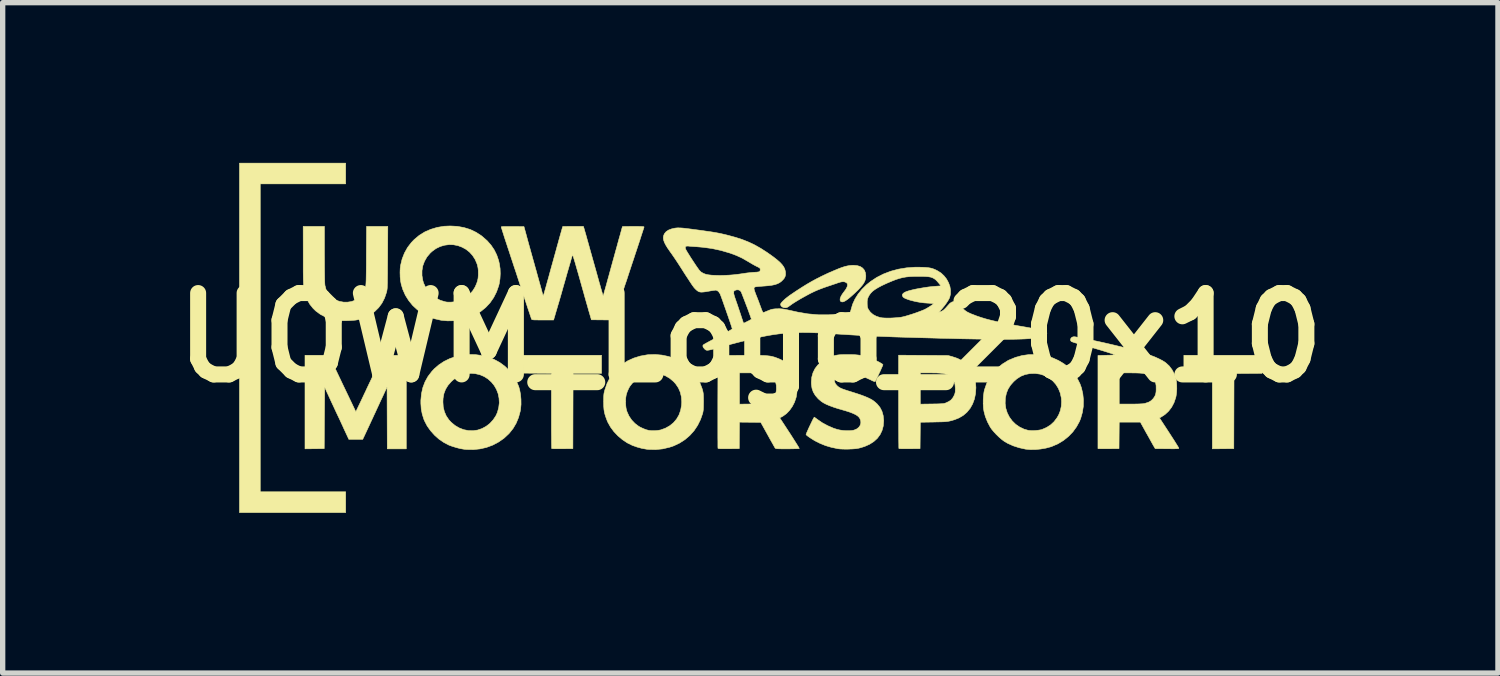
<source format=kicad_pcb>
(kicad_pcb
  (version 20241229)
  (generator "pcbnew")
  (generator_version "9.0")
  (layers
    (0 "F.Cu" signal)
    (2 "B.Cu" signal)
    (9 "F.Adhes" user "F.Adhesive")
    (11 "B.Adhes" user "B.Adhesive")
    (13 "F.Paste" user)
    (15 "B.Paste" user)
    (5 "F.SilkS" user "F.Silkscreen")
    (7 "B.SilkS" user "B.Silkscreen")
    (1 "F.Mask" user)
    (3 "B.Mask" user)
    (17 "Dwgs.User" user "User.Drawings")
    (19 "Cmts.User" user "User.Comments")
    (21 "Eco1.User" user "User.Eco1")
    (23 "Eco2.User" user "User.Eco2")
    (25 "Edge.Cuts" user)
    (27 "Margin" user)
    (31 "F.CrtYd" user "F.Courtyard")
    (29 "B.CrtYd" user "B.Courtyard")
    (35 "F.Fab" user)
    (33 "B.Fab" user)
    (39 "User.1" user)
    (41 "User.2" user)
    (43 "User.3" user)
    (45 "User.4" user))
  (footprint "UOWM_Logo_20x10"
    (layer "F.Cu")
    (at 11.002 3.273)
    (property "Reference" "UOWM_Logo_20x10" (at 0 0 0) (layer "F.SilkS") (effects (font (size 1.524 1.524) (thickness 0.3))))
    (attr through_hole)
    (fp_poly (pts (xy -7.578 -2.879) (xy -9.178 -2.879) (xy -9.178 2.887) (xy -7.578 2.887) (xy -7.578 3.277) (xy -9.567 3.277) (xy -9.567 -3.268) (xy -7.578 -3.268) (xy -7.578 -2.879)) (stroke (width 0.01) (type solid)) (fill yes) (layer "F.SilkS"))
    (fp_poly (pts (xy 9.584 0.669) (xy 9.322 0.671) (xy 9.059 0.673) (xy 9.055 2.079) (xy 8.854 2.081) (xy 8.653 2.083) (xy 8.653 0.669) (xy 8.12 0.669) (xy 8.12 0.33) (xy 9.584 0.33) (xy 9.584 0.669)) (stroke (width 0.01) (type solid)) (fill yes) (layer "F.SilkS"))
    (fp_poly (pts (xy -2.786 0.669) (xy -3.319 0.669) (xy -3.321 1.374) (xy -3.323 2.079) (xy -3.518 2.081) (xy -3.574 2.081) (xy -3.624 2.081) (xy -3.666 2.081) (xy -3.698 2.08) (xy -3.716 2.078) (xy -3.72 2.077) (xy -3.72 2.068) (xy -3.721 2.043) (xy -3.722 2.004) (xy -3.723 1.952) (xy -3.723 1.887) (xy -3.724 1.812) (xy -3.725 1.728) (xy -3.725 1.636) (xy -3.725 1.536) (xy -3.725 1.431) (xy -3.725 1.37) (xy -3.725 0.669) (xy -3.99 0.667) (xy -4.255 0.665) (xy -4.257 0.497) (xy -4.259 0.33) (xy -2.786 0.33) (xy -2.786 0.669)) (stroke (width 0.01) (type solid)) (fill yes) (layer "F.SilkS"))
    (fp_poly (pts (xy -6.443 2.083) (xy -6.799 2.083) (xy -6.801 1.504) (xy -6.803 0.924) (xy -6.874 1.078) (xy -6.896 1.125) (xy -6.924 1.184) (xy -6.955 1.252) (xy -6.989 1.325) (xy -7.023 1.399) (xy -7.057 1.471) (xy -7.067 1.494) (xy -7.098 1.56) (xy -7.128 1.625) (xy -7.156 1.685) (xy -7.181 1.739) (xy -7.202 1.784) (xy -7.218 1.818) (xy -7.224 1.831) (xy -7.259 1.905) (xy -7.519 1.905) (xy -7.553 1.831) (xy -7.568 1.799) (xy -7.588 1.756) (xy -7.612 1.705) (xy -7.636 1.651) (xy -7.658 1.604) (xy -7.685 1.545) (xy -7.717 1.477) (xy -7.751 1.406) (xy -7.783 1.337) (xy -7.806 1.287) (xy -7.833 1.23) (xy -7.86 1.172) (xy -7.886 1.115) (xy -7.909 1.065) (xy -7.927 1.026) (xy -7.928 1.025) (xy -7.971 0.928) (xy -7.976 1.503) (xy -7.98 2.079) (xy -8.16 2.081) (xy -8.34 2.083) (xy -8.34 0.33) (xy -7.891 0.33) (xy -7.883 0.349) (xy -7.878 0.362) (xy -7.865 0.389) (xy -7.845 0.432) (xy -7.818 0.489) (xy -7.783 0.561) (xy -7.742 0.647) (xy -7.694 0.748) (xy -7.64 0.862) (xy -7.578 0.991) (xy -7.51 1.133) (xy -7.478 1.2) (xy -7.388 1.389) (xy -7.33 1.268) (xy -7.305 1.216) (xy -7.276 1.155) (xy -7.246 1.091) (xy -7.218 1.032) (xy -7.208 1.012) (xy -7.189 0.97) (xy -7.164 0.917) (xy -7.134 0.854) (xy -7.101 0.785) (xy -7.067 0.713) (xy -7.033 0.642) (xy -7.016 0.605) (xy -6.887 0.334) (xy -6.443 0.33) (xy -6.443 2.083)) (stroke (width 0.01) (type solid)) (fill yes) (layer "F.SilkS"))
    (fp_poly (pts (xy 2 -1.349) (xy 2.058 -1.332) (xy 2.103 -1.303) (xy 2.136 -1.264) (xy 2.156 -1.214) (xy 2.163 -1.156) (xy 2.16 -1.115) (xy 2.151 -1.076) (xy 2.133 -1.036) (xy 2.107 -0.994) (xy 2.07 -0.949) (xy 2.023 -0.898) (xy 1.963 -0.84) (xy 1.916 -0.797) (xy 1.86 -0.748) (xy 1.813 -0.711) (xy 1.775 -0.686) (xy 1.745 -0.672) (xy 1.72 -0.668) (xy 1.7 -0.674) (xy 1.689 -0.683) (xy 1.681 -0.703) (xy 1.683 -0.732) (xy 1.696 -0.768) (xy 1.719 -0.809) (xy 1.75 -0.853) (xy 1.755 -0.858) (xy 1.79 -0.906) (xy 1.812 -0.948) (xy 1.821 -0.984) (xy 1.816 -1.012) (xy 1.799 -1.029) (xy 1.771 -1.043) (xy 1.738 -1.048) (xy 1.698 -1.043) (xy 1.648 -1.028) (xy 1.638 -1.025) (xy 1.603 -1.012) (xy 1.556 -0.997) (xy 1.504 -0.979) (xy 1.45 -0.961) (xy 1.426 -0.953) (xy 1.369 -0.933) (xy 1.308 -0.91) (xy 1.248 -0.886) (xy 1.196 -0.863) (xy 1.182 -0.856) (xy 1.128 -0.83) (xy 1.07 -0.799) (xy 1.008 -0.765) (xy 0.947 -0.731) (xy 0.888 -0.696) (xy 0.834 -0.663) (xy 0.789 -0.634) (xy 0.754 -0.609) (xy 0.738 -0.597) (xy 0.701 -0.571) (xy 0.667 -0.559) (xy 0.632 -0.561) (xy 0.605 -0.571) (xy 0.579 -0.588) (xy 0.568 -0.613) (xy 0.567 -0.627) (xy 0.574 -0.642) (xy 0.592 -0.665) (xy 0.62 -0.694) (xy 0.655 -0.726) (xy 0.695 -0.758) (xy 0.737 -0.79) (xy 0.746 -0.796) (xy 0.858 -0.872) (xy 0.96 -0.938) (xy 1.055 -0.997) (xy 1.146 -1.05) (xy 1.236 -1.099) (xy 1.329 -1.146) (xy 1.427 -1.193) (xy 1.486 -1.22) (xy 1.573 -1.257) (xy 1.647 -1.288) (xy 1.71 -1.312) (xy 1.765 -1.33) (xy 1.814 -1.342) (xy 1.859 -1.35) (xy 1.902 -1.354) (xy 1.929 -1.355) (xy 2 -1.349)) (stroke (width 0.01) (type solid)) (fill yes) (layer "F.SilkS"))
    (fp_poly (pts (xy 3.241 0.332) (xy 3.704 0.335) (xy 3.785 0.357) (xy 3.886 0.392) (xy 3.974 0.438) (xy 4.049 0.495) (xy 4.111 0.563) (xy 4.16 0.641) (xy 4.196 0.729) (xy 4.217 0.827) (xy 4.225 0.934) (xy 4.225 0.939) (xy 4.218 1.048) (xy 4.197 1.15) (xy 4.163 1.242) (xy 4.117 1.324) (xy 4.058 1.396) (xy 3.987 1.457) (xy 3.905 1.505) (xy 3.828 1.536) (xy 3.792 1.547) (xy 3.76 1.556) (xy 3.73 1.563) (xy 3.698 1.569) (xy 3.662 1.573) (xy 3.619 1.576) (xy 3.567 1.578) (xy 3.504 1.579) (xy 3.431 1.581) (xy 3.184 1.585) (xy 3.179 2.079) (xy 2.984 2.081) (xy 2.928 2.081) (xy 2.878 2.081) (xy 2.836 2.081) (xy 2.805 2.08) (xy 2.786 2.078) (xy 2.783 2.077) (xy 2.782 2.068) (xy 2.781 2.043) (xy 2.781 2.004) (xy 2.78 1.951) (xy 2.779 1.885) (xy 2.779 1.808) (xy 2.778 1.721) (xy 2.778 1.625) (xy 2.777 1.521) (xy 2.777 1.41) (xy 2.777 1.294) (xy 2.777 1.246) (xy 3.183 1.246) (xy 3.401 1.243) (xy 3.469 1.242) (xy 3.522 1.241) (xy 3.562 1.239) (xy 3.593 1.237) (xy 3.617 1.235) (xy 3.635 1.231) (xy 3.651 1.227) (xy 3.666 1.221) (xy 3.666 1.221) (xy 3.721 1.195) (xy 3.762 1.165) (xy 3.794 1.126) (xy 3.812 1.094) (xy 3.825 1.066) (xy 3.833 1.042) (xy 3.838 1.018) (xy 3.839 0.987) (xy 3.84 0.957) (xy 3.834 0.883) (xy 3.819 0.821) (xy 3.791 0.771) (xy 3.752 0.731) (xy 3.7 0.699) (xy 3.697 0.698) (xy 3.667 0.686) (xy 3.635 0.677) (xy 3.597 0.67) (xy 3.551 0.665) (xy 3.495 0.662) (xy 3.426 0.661) (xy 3.363 0.66) (xy 3.183 0.66) (xy 3.183 1.246) (xy 2.777 1.246) (xy 2.777 1.2) (xy 2.777 0.329) (xy 3.241 0.332)) (stroke (width 0.01) (type solid)) (fill yes) (layer "F.SilkS"))
    (fp_poly (pts (xy -7.976 -1.56) (xy -7.975 -1.448) (xy -7.975 -1.345) (xy -7.974 -1.253) (xy -7.973 -1.172) (xy -7.972 -1.104) (xy -7.971 -1.05) (xy -7.969 -1.01) (xy -7.967 -0.985) (xy -7.967 -0.982) (xy -7.947 -0.905) (xy -7.913 -0.836) (xy -7.866 -0.777) (xy -7.808 -0.729) (xy -7.769 -0.707) (xy -7.696 -0.679) (xy -7.62 -0.665) (xy -7.545 -0.664) (xy -7.472 -0.675) (xy -7.404 -0.699) (xy -7.342 -0.733) (xy -7.29 -0.779) (xy -7.248 -0.834) (xy -7.237 -0.856) (xy -7.228 -0.874) (xy -7.221 -0.89) (xy -7.215 -0.907) (xy -7.21 -0.924) (xy -7.206 -0.945) (xy -7.202 -0.97) (xy -7.199 -1) (xy -7.197 -1.037) (xy -7.195 -1.082) (xy -7.194 -1.137) (xy -7.193 -1.203) (xy -7.192 -1.281) (xy -7.191 -1.372) (xy -7.191 -1.479) (xy -7.191 -1.53) (xy -7.187 -2.083) (xy -6.789 -2.083) (xy -6.792 -1.501) (xy -6.793 -1.387) (xy -6.794 -1.289) (xy -6.794 -1.206) (xy -6.795 -1.135) (xy -6.796 -1.076) (xy -6.796 -1.027) (xy -6.798 -0.987) (xy -6.799 -0.955) (xy -6.8 -0.929) (xy -6.802 -0.908) (xy -6.805 -0.891) (xy -6.807 -0.876) (xy -6.81 -0.862) (xy -6.814 -0.847) (xy -6.814 -0.847) (xy -6.85 -0.741) (xy -6.899 -0.645) (xy -6.961 -0.561) (xy -7.035 -0.488) (xy -7.121 -0.427) (xy -7.218 -0.378) (xy -7.326 -0.341) (xy -7.358 -0.334) (xy -7.391 -0.328) (xy -7.436 -0.324) (xy -7.491 -0.32) (xy -7.549 -0.318) (xy -7.607 -0.317) (xy -7.66 -0.317) (xy -7.705 -0.319) (xy -7.733 -0.322) (xy -7.85 -0.348) (xy -7.957 -0.386) (xy -8.054 -0.437) (xy -8.139 -0.5) (xy -8.189 -0.549) (xy -8.25 -0.625) (xy -8.298 -0.71) (xy -8.324 -0.772) (xy -8.333 -0.798) (xy -8.341 -0.824) (xy -8.348 -0.85) (xy -8.354 -0.877) (xy -8.359 -0.908) (xy -8.363 -0.944) (xy -8.366 -0.985) (xy -8.369 -1.034) (xy -8.371 -1.091) (xy -8.372 -1.159) (xy -8.373 -1.238) (xy -8.373 -1.33) (xy -8.373 -1.436) (xy -8.373 -1.543) (xy -8.374 -2.083) (xy -7.976 -2.083) (xy -7.976 -1.56)) (stroke (width 0.01) (type solid)) (fill yes) (layer "F.SilkS"))
    (fp_poly (pts (xy -5.153 0.318) (xy -5.033 0.334) (xy -4.916 0.363) (xy -4.803 0.406) (xy -4.696 0.464) (xy -4.688 0.469) (xy -4.595 0.538) (xy -4.512 0.62) (xy -4.441 0.712) (xy -4.382 0.811) (xy -4.337 0.917) (xy -4.321 0.972) (xy -4.304 1.06) (xy -4.295 1.156) (xy -4.294 1.252) (xy -4.303 1.344) (xy -4.309 1.379) (xy -4.341 1.497) (xy -4.386 1.605) (xy -4.444 1.703) (xy -4.517 1.794) (xy -4.525 1.802) (xy -4.615 1.886) (xy -4.716 1.956) (xy -4.824 2.013) (xy -4.94 2.056) (xy -5.062 2.084) (xy -5.187 2.097) (xy -5.315 2.095) (xy -5.364 2.09) (xy -5.434 2.078) (xy -5.511 2.058) (xy -5.588 2.034) (xy -5.645 2.013) (xy -5.739 1.964) (xy -5.83 1.902) (xy -5.914 1.827) (xy -5.988 1.744) (xy -6.052 1.654) (xy -6.101 1.56) (xy -6.113 1.532) (xy -6.144 1.434) (xy -6.163 1.336) (xy -6.17 1.232) (xy -6.17 1.202) (xy -5.757 1.202) (xy -5.751 1.298) (xy -5.73 1.385) (xy -5.696 1.464) (xy -5.648 1.536) (xy -5.605 1.583) (xy -5.533 1.644) (xy -5.453 1.691) (xy -5.368 1.724) (xy -5.279 1.741) (xy -5.189 1.743) (xy -5.106 1.731) (xy -5.024 1.703) (xy -4.947 1.661) (xy -4.876 1.606) (xy -4.816 1.54) (xy -4.766 1.466) (xy -4.737 1.403) (xy -4.712 1.312) (xy -4.701 1.222) (xy -4.706 1.134) (xy -4.723 1.05) (xy -4.754 0.97) (xy -4.796 0.897) (xy -4.85 0.831) (xy -4.912 0.775) (xy -4.984 0.729) (xy -5.064 0.695) (xy -5.15 0.675) (xy -5.228 0.669) (xy -5.322 0.676) (xy -5.408 0.699) (xy -5.488 0.736) (xy -5.563 0.79) (xy -5.603 0.826) (xy -5.663 0.895) (xy -5.708 0.969) (xy -5.738 1.048) (xy -5.754 1.136) (xy -5.757 1.202) (xy -6.17 1.202) (xy -6.17 1.173) (xy -6.158 1.049) (xy -6.132 0.933) (xy -6.091 0.826) (xy -6.036 0.727) (xy -5.965 0.634) (xy -5.918 0.583) (xy -5.828 0.506) (xy -5.73 0.442) (xy -5.623 0.391) (xy -5.51 0.353) (xy -5.393 0.328) (xy -5.273 0.316) (xy -5.153 0.318)) (stroke (width 0.01) (type solid)) (fill yes) (layer "F.SilkS"))
    (fp_poly (pts (xy 5.48 0.331) (xy 5.54 0.343) (xy 5.659 0.378) (xy 5.772 0.429) (xy 5.878 0.493) (xy 5.949 0.547) (xy 6.014 0.611) (xy 6.074 0.688) (xy 6.128 0.773) (xy 6.173 0.862) (xy 6.2 0.936) (xy 6.227 1.049) (xy 6.239 1.167) (xy 6.237 1.285) (xy 6.219 1.401) (xy 6.187 1.513) (xy 6.165 1.569) (xy 6.109 1.671) (xy 6.04 1.766) (xy 5.958 1.851) (xy 5.866 1.925) (xy 5.764 1.987) (xy 5.654 2.035) (xy 5.63 2.044) (xy 5.538 2.069) (xy 5.44 2.086) (xy 5.34 2.096) (xy 5.244 2.097) (xy 5.157 2.089) (xy 5.152 2.088) (xy 5.034 2.062) (xy 4.923 2.026) (xy 4.822 1.981) (xy 4.757 1.943) (xy 4.71 1.908) (xy 4.659 1.864) (xy 4.607 1.814) (xy 4.559 1.762) (xy 4.518 1.712) (xy 4.493 1.675) (xy 4.442 1.579) (xy 4.401 1.476) (xy 4.376 1.381) (xy 4.366 1.317) (xy 4.362 1.244) (xy 4.362 1.233) (xy 4.773 1.233) (xy 4.785 1.323) (xy 4.812 1.409) (xy 4.852 1.488) (xy 4.905 1.56) (xy 4.969 1.623) (xy 5.043 1.674) (xy 5.126 1.714) (xy 5.203 1.736) (xy 5.239 1.74) (xy 5.285 1.742) (xy 5.337 1.74) (xy 5.387 1.735) (xy 5.432 1.728) (xy 5.461 1.721) (xy 5.55 1.682) (xy 5.626 1.633) (xy 5.69 1.573) (xy 5.745 1.5) (xy 5.777 1.443) (xy 5.806 1.369) (xy 5.824 1.286) (xy 5.829 1.201) (xy 5.825 1.131) (xy 5.804 1.036) (xy 5.769 0.95) (xy 5.721 0.874) (xy 5.662 0.808) (xy 5.593 0.754) (xy 5.515 0.712) (xy 5.428 0.684) (xy 5.335 0.671) (xy 5.33 0.671) (xy 5.235 0.674) (xy 5.148 0.691) (xy 5.067 0.723) (xy 4.992 0.771) (xy 4.931 0.825) (xy 4.872 0.892) (xy 4.828 0.962) (xy 4.797 1.038) (xy 4.778 1.124) (xy 4.776 1.14) (xy 4.773 1.233) (xy 4.362 1.233) (xy 4.362 1.166) (xy 4.367 1.09) (xy 4.376 1.021) (xy 4.385 0.978) (xy 4.425 0.863) (xy 4.479 0.756) (xy 4.547 0.659) (xy 4.628 0.571) (xy 4.721 0.495) (xy 4.825 0.43) (xy 4.847 0.419) (xy 4.966 0.37) (xy 5.089 0.336) (xy 5.217 0.318) (xy 5.348 0.317) (xy 5.48 0.331)) (stroke (width 0.01) (type solid)) (fill yes) (layer "F.SilkS"))
    (fp_poly (pts (xy -5.488 -2.084) (xy -5.362 -2.061) (xy -5.243 -2.024) (xy -5.133 -1.971) (xy -5.031 -1.904) (xy -4.937 -1.822) (xy -4.931 -1.817) (xy -4.856 -1.732) (xy -4.796 -1.643) (xy -4.749 -1.548) (xy -4.713 -1.442) (xy -4.699 -1.379) (xy -4.686 -1.292) (xy -4.683 -1.198) (xy -4.688 -1.103) (xy -4.702 -1.013) (xy -4.711 -0.975) (xy -4.752 -0.858) (xy -4.806 -0.751) (xy -4.874 -0.653) (xy -4.955 -0.566) (xy -5.047 -0.491) (xy -5.15 -0.427) (xy -5.263 -0.376) (xy -5.335 -0.353) (xy -5.441 -0.329) (xy -5.555 -0.316) (xy -5.67 -0.314) (xy -5.782 -0.324) (xy -5.799 -0.327) (xy -5.92 -0.355) (xy -6.034 -0.398) (xy -6.14 -0.454) (xy -6.236 -0.522) (xy -6.323 -0.602) (xy -6.397 -0.693) (xy -6.46 -0.793) (xy -6.508 -0.901) (xy -6.537 -0.995) (xy -6.55 -1.062) (xy -6.558 -1.139) (xy -6.558 -1.162) (xy -6.149 -1.162) (xy -6.133 -1.069) (xy -6.118 -1.019) (xy -6.078 -0.935) (xy -6.025 -0.859) (xy -5.961 -0.793) (xy -5.886 -0.739) (xy -5.803 -0.698) (xy -5.713 -0.671) (xy -5.685 -0.666) (xy -5.655 -0.664) (xy -5.614 -0.664) (xy -5.568 -0.668) (xy -5.524 -0.673) (xy -5.488 -0.679) (xy -5.481 -0.681) (xy -5.401 -0.71) (xy -5.326 -0.754) (xy -5.257 -0.81) (xy -5.199 -0.876) (xy -5.154 -0.948) (xy -5.15 -0.957) (xy -5.125 -1.014) (xy -5.108 -1.065) (xy -5.098 -1.115) (xy -5.094 -1.172) (xy -5.094 -1.215) (xy -5.095 -1.264) (xy -5.099 -1.302) (xy -5.106 -1.337) (xy -5.116 -1.375) (xy -5.117 -1.378) (xy -5.153 -1.463) (xy -5.201 -1.538) (xy -5.258 -1.601) (xy -5.325 -1.654) (xy -5.398 -1.694) (xy -5.476 -1.723) (xy -5.558 -1.739) (xy -5.641 -1.742) (xy -5.725 -1.731) (xy -5.807 -1.707) (xy -5.886 -1.669) (xy -5.959 -1.616) (xy -5.994 -1.584) (xy -6.056 -1.511) (xy -6.102 -1.43) (xy -6.134 -1.344) (xy -6.149 -1.254) (xy -6.149 -1.162) (xy -6.558 -1.162) (xy -6.56 -1.219) (xy -6.557 -1.295) (xy -6.55 -1.352) (xy -6.521 -1.472) (xy -6.477 -1.584) (xy -6.419 -1.688) (xy -6.347 -1.782) (xy -6.292 -1.839) (xy -6.198 -1.917) (xy -6.094 -1.981) (xy -5.981 -2.03) (xy -5.861 -2.065) (xy -5.734 -2.086) (xy -5.621 -2.091) (xy -5.488 -2.084)) (stroke (width 0.01) (type solid)) (fill yes) (layer "F.SilkS"))
    (fp_poly (pts (xy -1.656 0.327) (xy -1.532 0.353) (xy -1.414 0.393) (xy -1.366 0.415) (xy -1.258 0.476) (xy -1.161 0.55) (xy -1.078 0.634) (xy -1.007 0.73) (xy -0.948 0.837) (xy -0.903 0.954) (xy -0.896 0.979) (xy -0.889 1.005) (xy -0.884 1.03) (xy -0.88 1.057) (xy -0.878 1.09) (xy -0.877 1.132) (xy -0.876 1.186) (xy -0.876 1.202) (xy -0.877 1.263) (xy -0.878 1.31) (xy -0.88 1.347) (xy -0.884 1.377) (xy -0.889 1.404) (xy -0.892 1.418) (xy -0.933 1.535) (xy -0.987 1.644) (xy -1.054 1.744) (xy -1.134 1.833) (xy -1.224 1.91) (xy -1.325 1.975) (xy -1.435 2.027) (xy -1.512 2.053) (xy -1.644 2.084) (xy -1.775 2.097) (xy -1.903 2.094) (xy -1.942 2.09) (xy -2.032 2.074) (xy -2.126 2.048) (xy -2.21 2.018) (xy -2.305 1.971) (xy -2.395 1.911) (xy -2.479 1.84) (xy -2.554 1.761) (xy -2.618 1.675) (xy -2.668 1.586) (xy -2.685 1.546) (xy -2.707 1.486) (xy -2.723 1.436) (xy -2.734 1.39) (xy -2.741 1.344) (xy -2.745 1.292) (xy -2.747 1.229) (xy -2.747 1.206) (xy -2.747 1.191) (xy -2.336 1.191) (xy -2.335 1.227) (xy -2.332 1.279) (xy -2.327 1.32) (xy -2.319 1.355) (xy -2.309 1.388) (xy -2.272 1.469) (xy -2.222 1.543) (xy -2.16 1.608) (xy -2.09 1.661) (xy -2.058 1.679) (xy -2.004 1.704) (xy -1.95 1.725) (xy -1.902 1.737) (xy -1.897 1.738) (xy -1.85 1.743) (xy -1.795 1.743) (xy -1.74 1.739) (xy -1.691 1.731) (xy -1.68 1.729) (xy -1.589 1.696) (xy -1.509 1.651) (xy -1.439 1.594) (xy -1.381 1.526) (xy -1.336 1.449) (xy -1.305 1.362) (xy -1.288 1.268) (xy -1.284 1.206) (xy -1.291 1.109) (xy -1.312 1.021) (xy -1.347 0.941) (xy -1.398 0.866) (xy -1.439 0.821) (xy -1.511 0.761) (xy -1.59 0.715) (xy -1.674 0.685) (xy -1.762 0.67) (xy -1.853 0.67) (xy -1.944 0.687) (xy -2.034 0.719) (xy -2.049 0.726) (xy -2.107 0.761) (xy -2.164 0.807) (xy -2.216 0.861) (xy -2.259 0.917) (xy -2.281 0.958) (xy -2.307 1.018) (xy -2.324 1.073) (xy -2.333 1.128) (xy -2.336 1.191) (xy -2.747 1.191) (xy -2.747 1.152) (xy -2.746 1.11) (xy -2.744 1.077) (xy -2.741 1.048) (xy -2.735 1.02) (xy -2.727 0.989) (xy -2.724 0.978) (xy -2.684 0.861) (xy -2.63 0.754) (xy -2.563 0.657) (xy -2.484 0.571) (xy -2.394 0.496) (xy -2.293 0.433) (xy -2.182 0.383) (xy -2.063 0.346) (xy -1.935 0.323) (xy -1.911 0.32) (xy -1.783 0.316) (xy -1.656 0.327)) (stroke (width 0.01) (type solid)) (fill yes) (layer "F.SilkS"))
    (fp_poly (pts (xy 0.105 0.331) (xy 0.173 0.332) (xy 0.231 0.334) (xy 0.28 0.336) (xy 0.321 0.34) (xy 0.357 0.344) (xy 0.389 0.349) (xy 0.419 0.356) (xy 0.448 0.364) (xy 0.478 0.374) (xy 0.478 0.374) (xy 0.574 0.413) (xy 0.657 0.463) (xy 0.727 0.524) (xy 0.784 0.597) (xy 0.829 0.68) (xy 0.856 0.758) (xy 0.869 0.819) (xy 0.876 0.891) (xy 0.876 0.967) (xy 0.871 1.042) (xy 0.86 1.109) (xy 0.856 1.126) (xy 0.827 1.211) (xy 0.786 1.29) (xy 0.736 1.361) (xy 0.678 1.422) (xy 0.615 1.468) (xy 0.599 1.478) (xy 0.551 1.503) (xy 0.637 1.634) (xy 0.701 1.732) (xy 0.756 1.816) (xy 0.802 1.888) (xy 0.839 1.947) (xy 0.869 1.994) (xy 0.892 2.031) (xy 0.907 2.056) (xy 0.915 2.072) (xy 0.916 2.078) (xy 0.916 2.078) (xy 0.907 2.079) (xy 0.883 2.08) (xy 0.846 2.081) (xy 0.8 2.082) (xy 0.746 2.083) (xy 0.693 2.083) (xy 0.627 2.083) (xy 0.575 2.083) (xy 0.537 2.082) (xy 0.509 2.081) (xy 0.49 2.079) (xy 0.478 2.077) (xy 0.47 2.073) (xy 0.465 2.068) (xy 0.462 2.064) (xy 0.455 2.052) (xy 0.441 2.027) (xy 0.421 1.991) (xy 0.396 1.947) (xy 0.367 1.896) (xy 0.336 1.839) (xy 0.323 1.816) (xy 0.196 1.587) (xy -0.004 1.585) (xy -0.203 1.583) (xy -0.205 1.831) (xy -0.207 2.079) (xy -0.404 2.081) (xy -0.47 2.081) (xy -0.521 2.081) (xy -0.558 2.081) (xy -0.584 2.079) (xy -0.599 2.076) (xy -0.605 2.073) (xy -0.606 2.072) (xy -0.606 2.063) (xy -0.607 2.037) (xy -0.607 1.997) (xy -0.607 1.943) (xy -0.608 1.877) (xy -0.608 1.8) (xy -0.608 1.712) (xy -0.608 1.616) (xy -0.608 1.512) (xy -0.608 1.401) (xy -0.608 1.284) (xy -0.608 1.246) (xy -0.203 1.246) (xy 0.036 1.243) (xy 0.107 1.242) (xy 0.163 1.241) (xy 0.206 1.24) (xy 0.239 1.238) (xy 0.265 1.236) (xy 0.284 1.233) (xy 0.3 1.229) (xy 0.315 1.224) (xy 0.323 1.221) (xy 0.382 1.191) (xy 0.427 1.151) (xy 0.459 1.102) (xy 0.48 1.042) (xy 0.489 0.969) (xy 0.489 0.968) (xy 0.487 0.893) (xy 0.473 0.829) (xy 0.446 0.777) (xy 0.407 0.735) (xy 0.354 0.702) (xy 0.35 0.7) (xy 0.32 0.688) (xy 0.289 0.679) (xy 0.254 0.672) (xy 0.212 0.667) (xy 0.162 0.663) (xy 0.101 0.661) (xy 0.025 0.661) (xy -0.006 0.66) (xy -0.203 0.66) (xy -0.203 1.246) (xy -0.608 1.246) (xy -0.608 1.198) (xy -0.605 0.334) (xy -0.178 0.332) (xy -0.069 0.331) (xy 0.025 0.331) (xy 0.105 0.331)) (stroke (width 0.01) (type solid)) (fill yes) (layer "F.SilkS"))
    (fp_poly (pts (xy 6.082 -0.015) (xy 6.118 -0.009) (xy 6.167 -0.000499) (xy 6.227 0.011) (xy 6.297 0.025) (xy 6.374 0.042) (xy 6.457 0.06) (xy 6.545 0.079) (xy 6.635 0.099) (xy 6.726 0.12) (xy 6.816 0.141) (xy 6.903 0.162) (xy 6.986 0.182) (xy 7.063 0.201) (xy 7.132 0.218) (xy 7.191 0.234) (xy 7.234 0.246) (xy 7.362 0.286) (xy 7.474 0.323) (xy 7.571 0.36) (xy 7.653 0.397) (xy 7.721 0.432) (xy 7.777 0.468) (xy 7.781 0.472) (xy 7.844 0.529) (xy 7.897 0.599) (xy 7.94 0.679) (xy 7.97 0.767) (xy 7.973 0.777) (xy 7.982 0.829) (xy 7.986 0.892) (xy 7.987 0.96) (xy 7.983 1.027) (xy 7.975 1.088) (xy 7.968 1.122) (xy 7.935 1.219) (xy 7.89 1.304) (xy 7.834 1.377) (xy 7.766 1.44) (xy 7.699 1.484) (xy 7.663 1.504) (xy 7.842 1.778) (xy 7.882 1.84) (xy 7.919 1.897) (xy 7.952 1.949) (xy 7.98 1.994) (xy 8.002 2.029) (xy 8.017 2.054) (xy 8.024 2.067) (xy 8.024 2.068) (xy 8.025 2.073) (xy 8.022 2.076) (xy 8.014 2.079) (xy 7.998 2.08) (xy 7.974 2.081) (xy 7.94 2.082) (xy 7.892 2.082) (xy 7.831 2.081) (xy 7.806 2.081) (xy 7.583 2.079) (xy 7.558 2.036) (xy 7.547 2.018) (xy 7.53 1.987) (xy 7.507 1.946) (xy 7.48 1.897) (xy 7.45 1.843) (xy 7.419 1.789) (xy 7.305 1.583) (xy 6.909 1.583) (xy 6.907 1.831) (xy 6.905 2.079) (xy 6.708 2.081) (xy 6.652 2.081) (xy 6.602 2.081) (xy 6.561 2.081) (xy 6.531 2.08) (xy 6.514 2.079) (xy 6.511 2.079) (xy 6.511 2.07) (xy 6.511 2.045) (xy 6.511 2.006) (xy 6.511 1.953) (xy 6.511 1.887) (xy 6.511 1.811) (xy 6.511 1.724) (xy 6.511 1.628) (xy 6.511 1.524) (xy 6.511 1.414) (xy 6.511 1.297) (xy 6.511 1.245) (xy 6.909 1.245) (xy 7.123 1.244) (xy 7.199 1.244) (xy 7.26 1.243) (xy 7.308 1.241) (xy 7.345 1.239) (xy 7.374 1.235) (xy 7.39 1.232) (xy 7.455 1.211) (xy 7.507 1.181) (xy 7.548 1.14) (xy 7.576 1.097) (xy 7.587 1.072) (xy 7.594 1.046) (xy 7.599 1.015) (xy 7.601 0.973) (xy 7.6 0.899) (xy 7.589 0.838) (xy 7.566 0.788) (xy 7.532 0.747) (xy 7.485 0.714) (xy 7.465 0.703) (xy 7.437 0.691) (xy 7.407 0.681) (xy 7.374 0.673) (xy 7.336 0.668) (xy 7.289 0.664) (xy 7.231 0.662) (xy 7.161 0.661) (xy 7.106 0.66) (xy 6.909 0.66) (xy 6.909 1.245) (xy 6.511 1.245) (xy 6.511 1.204) (xy 6.511 0.334) (xy 6.674 0.33) (xy 6.73 0.329) (xy 6.771 0.327) (xy 6.798 0.326) (xy 6.814 0.324) (xy 6.82 0.321) (xy 6.818 0.318) (xy 6.811 0.315) (xy 6.792 0.307) (xy 6.758 0.296) (xy 6.712 0.281) (xy 6.658 0.264) (xy 6.597 0.245) (xy 6.531 0.225) (xy 6.463 0.205) (xy 6.395 0.185) (xy 6.33 0.166) (xy 6.27 0.149) (xy 6.218 0.134) (xy 6.175 0.123) (xy 6.173 0.122) (xy 6.124 0.109) (xy 6.081 0.097) (xy 6.045 0.085) (xy 6.02 0.076) (xy 6.01 0.071) (xy 5.997 0.05) (xy 5.998 0.027) (xy 6.01 0.005) (xy 6.031 -0.01) (xy 6.06 -0.017) (xy 6.061 -0.017) (xy 6.082 -0.015)) (stroke (width 0.01) (type solid)) (fill yes) (layer "F.SilkS"))
    (fp_poly (pts (xy 1.895 0.318) (xy 1.956 0.32) (xy 2.01 0.325) (xy 2.058 0.331) (xy 2.107 0.342) (xy 2.16 0.356) (xy 2.21 0.371) (xy 2.247 0.384) (xy 2.289 0.4) (xy 2.332 0.42) (xy 2.375 0.44) (xy 2.415 0.46) (xy 2.447 0.479) (xy 2.471 0.494) (xy 2.483 0.505) (xy 2.484 0.508) (xy 2.48 0.519) (xy 2.47 0.543) (xy 2.455 0.576) (xy 2.438 0.615) (xy 2.418 0.658) (xy 2.398 0.701) (xy 2.379 0.742) (xy 2.361 0.778) (xy 2.348 0.805) (xy 2.339 0.821) (xy 2.337 0.824) (xy 2.328 0.823) (xy 2.306 0.816) (xy 2.277 0.803) (xy 2.256 0.792) (xy 2.14 0.739) (xy 2.029 0.699) (xy 1.926 0.672) (xy 1.831 0.659) (xy 1.795 0.657) (xy 1.723 0.661) (xy 1.665 0.674) (xy 1.621 0.696) (xy 1.592 0.726) (xy 1.577 0.764) (xy 1.575 0.788) (xy 1.58 0.832) (xy 1.596 0.867) (xy 1.626 0.901) (xy 1.63 0.905) (xy 1.653 0.924) (xy 1.679 0.94) (xy 1.71 0.955) (xy 1.75 0.97) (xy 1.801 0.987) (xy 1.825 0.995) (xy 1.925 1.026) (xy 2.012 1.054) (xy 2.085 1.079) (xy 2.146 1.102) (xy 2.198 1.124) (xy 2.242 1.145) (xy 2.28 1.166) (xy 2.312 1.188) (xy 2.342 1.212) (xy 2.37 1.238) (xy 2.376 1.243) (xy 2.428 1.307) (xy 2.465 1.378) (xy 2.488 1.458) (xy 2.498 1.547) (xy 2.498 1.562) (xy 2.49 1.655) (xy 2.467 1.74) (xy 2.43 1.817) (xy 2.379 1.886) (xy 2.313 1.946) (xy 2.234 1.997) (xy 2.142 2.038) (xy 2.062 2.063) (xy 2.025 2.072) (xy 1.99 2.078) (xy 1.954 2.082) (xy 1.911 2.085) (xy 1.857 2.087) (xy 1.837 2.088) (xy 1.759 2.088) (xy 1.694 2.086) (xy 1.643 2.081) (xy 1.634 2.079) (xy 1.516 2.054) (xy 1.408 2.022) (xy 1.307 1.981) (xy 1.24 1.948) (xy 1.199 1.926) (xy 1.159 1.901) (xy 1.12 1.876) (xy 1.086 1.853) (xy 1.061 1.833) (xy 1.046 1.819) (xy 1.044 1.816) (xy 1.047 1.806) (xy 1.055 1.784) (xy 1.069 1.753) (xy 1.086 1.714) (xy 1.105 1.672) (xy 1.126 1.629) (xy 1.146 1.587) (xy 1.164 1.549) (xy 1.18 1.519) (xy 1.192 1.498) (xy 1.197 1.49) (xy 1.198 1.49) (xy 1.206 1.495) (xy 1.224 1.508) (xy 1.249 1.526) (xy 1.255 1.531) (xy 1.348 1.595) (xy 1.452 1.651) (xy 1.561 1.698) (xy 1.63 1.72) (xy 1.679 1.731) (xy 1.737 1.739) (xy 1.797 1.743) (xy 1.856 1.743) (xy 1.907 1.739) (xy 1.943 1.732) (xy 1.994 1.71) (xy 2.032 1.68) (xy 2.058 1.642) (xy 2.07 1.601) (xy 2.068 1.557) (xy 2.051 1.513) (xy 2.031 1.486) (xy 2.005 1.463) (xy 1.968 1.44) (xy 1.918 1.417) (xy 1.855 1.393) (xy 1.777 1.368) (xy 1.731 1.355) (xy 1.634 1.327) (xy 1.552 1.3) (xy 1.482 1.274) (xy 1.423 1.249) (xy 1.373 1.223) (xy 1.33 1.195) (xy 1.293 1.164) (xy 1.27 1.143) (xy 1.217 1.082) (xy 1.179 1.018) (xy 1.155 0.948) (xy 1.144 0.87) (xy 1.143 0.831) (xy 1.151 0.741) (xy 1.174 0.658) (xy 1.212 0.581) (xy 1.264 0.513) (xy 1.329 0.453) (xy 1.407 0.402) (xy 1.498 0.362) (xy 1.564 0.341) (xy 1.594 0.333) (xy 1.62 0.328) (xy 1.646 0.324) (xy 1.676 0.321) (xy 1.712 0.319) (xy 1.758 0.318) (xy 1.818 0.318) (xy 1.82 0.318) (xy 1.895 0.318)) (stroke (width 0.01) (type solid)) (fill yes) (layer "F.SilkS"))
    (fp_poly (pts (xy -3.117 -2.055) (xy -3.112 -2.039) (xy -3.104 -2.01) (xy -3.092 -1.969) (xy -3.078 -1.921) (xy -3.063 -1.867) (xy -3.056 -1.841) (xy -3.038 -1.778) (xy -3.017 -1.703) (xy -2.995 -1.623) (xy -2.972 -1.542) (xy -2.951 -1.466) (xy -2.942 -1.435) (xy -2.921 -1.36) (xy -2.897 -1.275) (xy -2.872 -1.186) (xy -2.848 -1.099) (xy -2.826 -1.02) (xy -2.819 -0.997) (xy -2.803 -0.939) (xy -2.788 -0.887) (xy -2.775 -0.843) (xy -2.765 -0.81) (xy -2.758 -0.788) (xy -2.756 -0.781) (xy -2.756 -0.781) (xy -2.753 -0.79) (xy -2.745 -0.814) (xy -2.734 -0.855) (xy -2.718 -0.911) (xy -2.698 -0.982) (xy -2.675 -1.067) (xy -2.647 -1.167) (xy -2.616 -1.281) (xy -2.581 -1.408) (xy -2.544 -1.541) (xy -2.525 -1.611) (xy -2.504 -1.685) (xy -2.484 -1.759) (xy -2.465 -1.829) (xy -2.448 -1.889) (xy -2.439 -1.92) (xy -2.426 -1.968) (xy -2.414 -2.011) (xy -2.405 -2.045) (xy -2.398 -2.068) (xy -2.396 -2.078) (xy -2.396 -2.078) (xy -2.388 -2.08) (xy -2.365 -2.081) (xy -2.33 -2.082) (xy -2.285 -2.082) (xy -2.233 -2.083) (xy -2.193 -2.083) (xy -2.125 -2.083) (xy -2.073 -2.082) (xy -2.034 -2.081) (xy -2.009 -2.079) (xy -1.994 -2.076) (xy -1.99 -2.073) (xy -1.99 -2.073) (xy -1.992 -2.063) (xy -2 -2.039) (xy -2.012 -2.002) (xy -2.028 -1.953) (xy -2.048 -1.892) (xy -2.07 -1.822) (xy -2.096 -1.744) (xy -2.124 -1.659) (xy -2.154 -1.569) (xy -2.185 -1.474) (xy -2.218 -1.376) (xy -2.251 -1.276) (xy -2.284 -1.176) (xy -2.316 -1.077) (xy -2.349 -0.981) (xy -2.38 -0.887) (xy -2.409 -0.799) (xy -2.436 -0.717) (xy -2.461 -0.642) (xy -2.483 -0.576) (xy -2.502 -0.521) (xy -2.517 -0.476) (xy -2.52 -0.468) (xy -2.568 -0.33) (xy -2.772 -0.332) (xy -2.976 -0.334) (xy -3.007 -0.44) (xy -3.017 -0.474) (xy -3.031 -0.521) (xy -3.047 -0.58) (xy -3.066 -0.645) (xy -3.086 -0.716) (xy -3.107 -0.789) (xy -3.12 -0.838) (xy -3.157 -0.968) (xy -3.189 -1.083) (xy -3.217 -1.182) (xy -3.242 -1.268) (xy -3.263 -1.341) (xy -3.28 -1.401) (xy -3.295 -1.45) (xy -3.307 -1.488) (xy -3.316 -1.517) (xy -3.322 -1.536) (xy -3.327 -1.547) (xy -3.33 -1.55) (xy -3.331 -1.549) (xy -3.334 -1.538) (xy -3.342 -1.511) (xy -3.354 -1.472) (xy -3.368 -1.421) (xy -3.386 -1.36) (xy -3.406 -1.291) (xy -3.428 -1.216) (xy -3.451 -1.135) (xy -3.475 -1.05) (xy -3.5 -0.964) (xy -3.515 -0.91) (xy -3.533 -0.846) (xy -3.553 -0.776) (xy -3.573 -0.707) (xy -3.592 -0.642) (xy -3.607 -0.593) (xy -3.622 -0.541) (xy -3.637 -0.49) (xy -3.651 -0.444) (xy -3.661 -0.407) (xy -3.666 -0.392) (xy -3.684 -0.33) (xy -3.886 -0.33) (xy -3.95 -0.33) (xy -4 -0.331) (xy -4.036 -0.331) (xy -4.062 -0.333) (xy -4.079 -0.335) (xy -4.089 -0.338) (xy -4.094 -0.342) (xy -4.097 -0.345) (xy -4.101 -0.355) (xy -4.109 -0.381) (xy -4.122 -0.419) (xy -4.139 -0.47) (xy -4.16 -0.531) (xy -4.183 -0.601) (xy -4.209 -0.679) (xy -4.237 -0.764) (xy -4.267 -0.855) (xy -4.283 -0.902) (xy -4.317 -1.005) (xy -4.352 -1.112) (xy -4.387 -1.22) (xy -4.423 -1.327) (xy -4.457 -1.431) (xy -4.489 -1.528) (xy -4.518 -1.617) (xy -4.544 -1.694) (xy -4.563 -1.753) (xy -4.586 -1.822) (xy -4.607 -1.886) (xy -4.625 -1.944) (xy -4.641 -1.993) (xy -4.653 -2.032) (xy -4.662 -2.059) (xy -4.665 -2.072) (xy -4.665 -2.072) (xy -4.662 -2.076) (xy -4.65 -2.078) (xy -4.629 -2.08) (xy -4.597 -2.081) (xy -4.553 -2.081) (xy -4.493 -2.081) (xy -4.452 -2.081) (xy -4.239 -2.079) (xy -4.195 -1.918) (xy -4.184 -1.877) (xy -4.169 -1.822) (xy -4.151 -1.756) (xy -4.13 -1.681) (xy -4.107 -1.598) (xy -4.083 -1.512) (xy -4.058 -1.423) (xy -4.033 -1.334) (xy -4.032 -1.329) (xy -4.008 -1.245) (xy -3.986 -1.164) (xy -3.965 -1.089) (xy -3.946 -1.02) (xy -3.929 -0.959) (xy -3.915 -0.91) (xy -3.905 -0.872) (xy -3.899 -0.848) (xy -3.898 -0.845) (xy -3.89 -0.816) (xy -3.883 -0.796) (xy -3.878 -0.787) (xy -3.878 -0.787) (xy -3.874 -0.795) (xy -3.867 -0.815) (xy -3.857 -0.844) (xy -3.854 -0.857) (xy -3.846 -0.886) (xy -3.833 -0.93) (xy -3.818 -0.986) (xy -3.799 -1.054) (xy -3.777 -1.131) (xy -3.754 -1.216) (xy -3.729 -1.308) (xy -3.702 -1.404) (xy -3.675 -1.502) (xy -3.647 -1.602) (xy -3.62 -1.701) (xy -3.615 -1.719) (xy -3.597 -1.783) (xy -3.58 -1.846) (xy -3.564 -1.903) (xy -3.55 -1.952) (xy -3.539 -1.991) (xy -3.532 -2.017) (xy -3.531 -2.019) (xy -3.523 -2.048) (xy -3.516 -2.07) (xy -3.514 -2.08) (xy -3.514 -2.081) (xy -3.506 -2.081) (xy -3.483 -2.082) (xy -3.448 -2.082) (xy -3.403 -2.083) (xy -3.351 -2.083) (xy -3.32 -2.083) (xy -3.126 -2.083) (xy -3.117 -2.055)) (stroke (width 0.01) (type solid)) (fill yes) (layer "F.SilkS"))
    (fp_poly (pts (xy -1.309 -2.054) (xy -1.272 -2.052) (xy -1.226 -2.047) (xy -1.168 -2.04) (xy -1.097 -2.031) (xy -1.071 -2.027) (xy -0.969 -2.014) (xy -0.882 -2.002) (xy -0.807 -1.991) (xy -0.742 -1.982) (xy -0.685 -1.973) (xy -0.634 -1.964) (xy -0.586 -1.955) (xy -0.539 -1.945) (xy -0.492 -1.934) (xy -0.441 -1.922) (xy -0.406 -1.913) (xy -0.271 -1.876) (xy -0.146 -1.835) (xy -0.028 -1.788) (xy 0.085 -1.734) (xy 0.198 -1.67) (xy 0.313 -1.596) (xy 0.431 -1.512) (xy 0.499 -1.459) (xy 0.554 -1.411) (xy 0.595 -1.367) (xy 0.625 -1.326) (xy 0.645 -1.285) (xy 0.656 -1.243) (xy 0.659 -1.227) (xy 0.66 -1.18) (xy 0.651 -1.142) (xy 0.632 -1.107) (xy 0.614 -1.086) (xy 0.583 -1.055) (xy 0.548 -1.029) (xy 0.508 -1.009) (xy 0.461 -0.993) (xy 0.404 -0.981) (xy 0.335 -0.972) (xy 0.251 -0.965) (xy 0.246 -0.965) (xy 0.197 -0.961) (xy 0.154 -0.958) (xy 0.118 -0.954) (xy 0.095 -0.95) (xy 0.087 -0.948) (xy 0.076 -0.941) (xy 0.07 -0.931) (xy 0.07 -0.914) (xy 0.075 -0.889) (xy 0.087 -0.854) (xy 0.105 -0.806) (xy 0.113 -0.786) (xy 0.134 -0.733) (xy 0.157 -0.674) (xy 0.178 -0.616) (xy 0.196 -0.569) (xy 0.212 -0.524) (xy 0.225 -0.494) (xy 0.235 -0.476) (xy 0.242 -0.469) (xy 0.246 -0.469) (xy 0.259 -0.474) (xy 0.283 -0.484) (xy 0.315 -0.497) (xy 0.334 -0.505) (xy 0.372 -0.52) (xy 0.402 -0.53) (xy 0.432 -0.535) (xy 0.467 -0.539) (xy 0.5 -0.54) (xy 0.548 -0.541) (xy 0.589 -0.538) (xy 0.632 -0.533) (xy 0.684 -0.522) (xy 0.686 -0.522) (xy 0.737 -0.511) (xy 0.796 -0.498) (xy 0.854 -0.485) (xy 0.885 -0.478) (xy 1.077 -0.445) (xy 1.269 -0.428) (xy 1.46 -0.427) (xy 1.532 -0.431) (xy 1.586 -0.436) (xy 1.642 -0.441) (xy 1.699 -0.447) (xy 1.752 -0.453) (xy 1.798 -0.459) (xy 1.835 -0.465) (xy 1.859 -0.469) (xy 1.863 -0.47) (xy 1.873 -0.481) (xy 1.882 -0.507) (xy 1.887 -0.527) (xy 1.916 -0.625) (xy 1.924 -0.643) (xy 2.189 -0.643) (xy 2.19 -0.605) (xy 2.193 -0.576) (xy 2.2 -0.553) (xy 2.211 -0.528) (xy 2.248 -0.477) (xy 2.298 -0.433) (xy 2.36 -0.4) (xy 2.433 -0.376) (xy 2.433 -0.376) (xy 2.471 -0.37) (xy 2.522 -0.367) (xy 2.581 -0.366) (xy 2.645 -0.367) (xy 2.71 -0.371) (xy 2.771 -0.376) (xy 2.824 -0.382) (xy 2.857 -0.389) (xy 2.905 -0.401) (xy 2.961 -0.418) (xy 3.023 -0.437) (xy 3.086 -0.458) (xy 3.147 -0.48) (xy 3.202 -0.501) (xy 3.247 -0.519) (xy 3.271 -0.53) (xy 3.304 -0.548) (xy 3.338 -0.568) (xy 3.371 -0.589) (xy 3.399 -0.608) (xy 3.42 -0.624) (xy 3.429 -0.634) (xy 3.429 -0.635) (xy 3.421 -0.638) (xy 3.399 -0.64) (xy 3.367 -0.643) (xy 3.327 -0.646) (xy 3.321 -0.646) (xy 3.253 -0.651) (xy 3.183 -0.66) (xy 3.114 -0.672) (xy 3.048 -0.687) (xy 2.988 -0.703) (xy 2.937 -0.72) (xy 2.895 -0.737) (xy 2.867 -0.755) (xy 2.859 -0.763) (xy 2.847 -0.789) (xy 2.85 -0.812) (xy 2.869 -0.833) (xy 2.895 -0.85) (xy 2.928 -0.864) (xy 2.975 -0.879) (xy 3.034 -0.894) (xy 3.101 -0.909) (xy 3.176 -0.923) (xy 3.254 -0.936) (xy 3.334 -0.948) (xy 3.412 -0.957) (xy 3.486 -0.963) (xy 3.572 -0.969) (xy 3.528 -1.022) (xy 3.498 -1.057) (xy 3.47 -1.085) (xy 3.441 -1.106) (xy 3.41 -1.122) (xy 3.374 -1.134) (xy 3.33 -1.141) (xy 3.276 -1.145) (xy 3.21 -1.147) (xy 3.145 -1.147) (xy 3.06 -1.146) (xy 2.985 -1.143) (xy 2.918 -1.136) (xy 2.855 -1.125) (xy 2.792 -1.109) (xy 2.727 -1.088) (xy 2.655 -1.06) (xy 2.572 -1.025) (xy 2.545 -1.013) (xy 2.46 -0.973) (xy 2.391 -0.936) (xy 2.334 -0.901) (xy 2.289 -0.867) (xy 2.254 -0.831) (xy 2.227 -0.793) (xy 2.211 -0.764) (xy 2.199 -0.735) (xy 2.192 -0.709) (xy 2.189 -0.678) (xy 2.189 -0.643) (xy 1.924 -0.643) (xy 1.96 -0.722) (xy 2.019 -0.816) (xy 2.092 -0.906) (xy 2.178 -0.991) (xy 2.251 -1.05) (xy 2.367 -1.127) (xy 2.493 -1.191) (xy 2.629 -1.243) (xy 2.774 -1.282) (xy 2.926 -1.307) (xy 3.085 -1.319) (xy 3.207 -1.318) (xy 3.276 -1.315) (xy 3.332 -1.31) (xy 3.379 -1.302) (xy 3.421 -1.29) (xy 3.463 -1.273) (xy 3.507 -1.251) (xy 3.572 -1.21) (xy 3.628 -1.157) (xy 3.676 -1.096) (xy 3.712 -1.029) (xy 3.738 -0.959) (xy 3.75 -0.887) (xy 3.749 -0.817) (xy 3.735 -0.757) (xy 3.721 -0.725) (xy 3.697 -0.684) (xy 3.666 -0.638) (xy 3.631 -0.591) (xy 3.594 -0.546) (xy 3.574 -0.524) (xy 3.529 -0.475) (xy 3.569 -0.488) (xy 3.597 -0.501) (xy 3.626 -0.522) (xy 3.658 -0.553) (xy 3.695 -0.595) (xy 3.704 -0.605) (xy 3.739 -0.643) (xy 3.774 -0.666) (xy 3.809 -0.676) (xy 3.824 -0.677) (xy 3.843 -0.676) (xy 3.859 -0.67) (xy 3.876 -0.657) (xy 3.898 -0.633) (xy 3.899 -0.633) (xy 3.942 -0.585) (xy 3.977 -0.549) (xy 4.007 -0.52) (xy 4.035 -0.498) (xy 4.064 -0.479) (xy 4.097 -0.463) (xy 4.136 -0.445) (xy 4.163 -0.435) (xy 4.24 -0.405) (xy 4.323 -0.377) (xy 4.412 -0.35) (xy 4.511 -0.324) (xy 4.62 -0.299) (xy 4.74 -0.273) (xy 4.874 -0.247) (xy 5.022 -0.22) (xy 5.093 -0.208) (xy 5.195 -0.19) (xy 5.287 -0.173) (xy 5.366 -0.158) (xy 5.431 -0.144) (xy 5.483 -0.131) (xy 5.52 -0.121) (xy 5.542 -0.113) (xy 5.547 -0.109) (xy 5.554 -0.083) (xy 5.549 -0.054) (xy 5.535 -0.029) (xy 5.526 -0.02) (xy 5.515 -0.013) (xy 5.5 -0.008) (xy 5.477 -0.003) (xy 5.443 0.001) (xy 5.402 0.005) (xy 5.341 0.011) (xy 5.278 0.016) (xy 5.213 0.02) (xy 5.146 0.024) (xy 5.074 0.027) (xy 4.998 0.029) (xy 4.916 0.031) (xy 4.827 0.032) (xy 4.73 0.032) (xy 4.625 0.032) (xy 4.509 0.031) (xy 4.383 0.029) (xy 4.246 0.027) (xy 4.096 0.024) (xy 3.932 0.021) (xy 3.754 0.016) (xy 3.56 0.012) (xy 3.463 0.009) (xy 3.282 0.004) (xy 3.117 -0.000311) (xy 2.965 -0.005) (xy 2.825 -0.009) (xy 2.695 -0.013) (xy 2.573 -0.018) (xy 2.458 -0.022) (xy 2.349 -0.027) (xy 2.242 -0.032) (xy 2.137 -0.037) (xy 2.032 -0.043) (xy 1.925 -0.049) (xy 1.814 -0.056) (xy 1.699 -0.063) (xy 1.576 -0.071) (xy 1.545 -0.073) (xy 1.383 -0.083) (xy 1.236 -0.09) (xy 1.101 -0.095) (xy 0.976 -0.096) (xy 0.859 -0.094) (xy 0.748 -0.09) (xy 0.64 -0.081) (xy 0.534 -0.07) (xy 0.426 -0.055) (xy 0.315 -0.036) (xy 0.199 -0.013) (xy 0.191 -0.012) (xy 0.139 -0.000478) (xy 0.075 0.014) (xy -0.000122 0.032) (xy -0.083 0.053) (xy -0.17 0.074) (xy -0.26 0.097) (xy -0.348 0.12) (xy -0.433 0.143) (xy -0.511 0.164) (xy -0.546 0.174) (xy -0.62 0.194) (xy -0.679 0.21) (xy -0.726 0.223) (xy -0.762 0.231) (xy -0.789 0.236) (xy -0.809 0.237) (xy -0.824 0.235) (xy -0.836 0.229) (xy -0.847 0.221) (xy -0.858 0.21) (xy -0.86 0.208) (xy -0.882 0.18) (xy -0.889 0.156) (xy -0.883 0.138) (xy -0.874 0.132) (xy -0.854 0.119) (xy -0.82 0.1) (xy -0.774 0.075) (xy -0.714 0.043) (xy -0.64 0.004) (xy -0.552 -0.043) (xy -0.476 -0.082) (xy -0.433 -0.105) (xy -0.395 -0.127) (xy -0.365 -0.145) (xy -0.345 -0.158) (xy -0.339 -0.164) (xy -0.341 -0.175) (xy -0.349 -0.2) (xy -0.361 -0.237) (xy -0.376 -0.283) (xy -0.395 -0.337) (xy -0.415 -0.397) (xy -0.437 -0.459) (xy -0.459 -0.523) (xy -0.481 -0.585) (xy -0.502 -0.645) (xy -0.521 -0.699) (xy -0.538 -0.746) (xy -0.552 -0.784) (xy -0.562 -0.81) (xy -0.567 -0.822) (xy -0.585 -0.848) (xy -0.312 -0.848) (xy -0.31 -0.824) (xy -0.302 -0.791) (xy -0.288 -0.746) (xy -0.268 -0.689) (xy -0.266 -0.682) (xy -0.245 -0.623) (xy -0.223 -0.557) (xy -0.201 -0.491) (xy -0.181 -0.432) (xy -0.177 -0.419) (xy -0.16 -0.367) (xy -0.147 -0.329) (xy -0.138 -0.302) (xy -0.132 -0.285) (xy -0.129 -0.276) (xy -0.126 -0.272) (xy -0.124 -0.271) (xy -0.123 -0.271) (xy -0.114 -0.274) (xy -0.093 -0.284) (xy -0.065 -0.298) (xy -0.051 -0.305) (xy -0.021 -0.32) (xy 0.003 -0.334) (xy 0.018 -0.343) (xy 0.02 -0.345) (xy 0.018 -0.354) (xy 0.01 -0.376) (xy -0.002 -0.411) (xy -0.018 -0.454) (xy -0.036 -0.505) (xy -0.057 -0.562) (xy -0.08 -0.621) (xy -0.103 -0.682) (xy -0.126 -0.741) (xy -0.148 -0.798) (xy -0.168 -0.849) (xy -0.169 -0.852) (xy -0.188 -0.878) (xy -0.217 -0.893) (xy -0.251 -0.896) (xy -0.287 -0.885) (xy -0.288 -0.885) (xy -0.301 -0.876) (xy -0.309 -0.864) (xy -0.312 -0.848) (xy -0.585 -0.848) (xy -0.59 -0.856) (xy -0.617 -0.879) (xy -0.644 -0.889) (xy -0.647 -0.889) (xy -0.666 -0.887) (xy -0.696 -0.883) (xy -0.735 -0.877) (xy -0.775 -0.87) (xy -0.833 -0.86) (xy -0.879 -0.854) (xy -0.913 -0.852) (xy -0.94 -0.854) (xy -0.962 -0.86) (xy -0.982 -0.871) (xy -0.99 -0.876) (xy -1.015 -0.897) (xy -1.042 -0.924) (xy -1.062 -0.948) (xy -1.071 -0.961) (xy -1.081 -0.974) (xy -1.093 -0.991) (xy -1.106 -1.011) (xy -1.123 -1.036) (xy -1.143 -1.067) (xy -1.169 -1.107) (xy -1.201 -1.155) (xy -1.239 -1.214) (xy -1.284 -1.285) (xy -1.325 -1.349) (xy -1.36 -1.403) (xy -1.399 -1.462) (xy -1.438 -1.519) (xy -1.474 -1.571) (xy -1.498 -1.604) (xy -1.546 -1.674) (xy -1.554 -1.686) (xy -1.218 -1.686) (xy -1.214 -1.666) (xy -1.212 -1.66) (xy -1.205 -1.645) (xy -1.19 -1.618) (xy -1.168 -1.582) (xy -1.141 -1.539) (xy -1.111 -1.491) (xy -1.078 -1.441) (xy -1.045 -1.391) (xy -1.013 -1.343) (xy -0.983 -1.3) (xy -0.958 -1.265) (xy -0.956 -1.263) (xy -0.924 -1.23) (xy -0.879 -1.203) (xy -0.83 -1.185) (xy -0.783 -1.176) (xy -0.722 -1.169) (xy -0.65 -1.166) (xy -0.57 -1.164) (xy -0.485 -1.166) (xy -0.397 -1.17) (xy -0.309 -1.177) (xy -0.305 -1.178) (xy -0.258 -1.183) (xy -0.203 -1.19) (xy -0.147 -1.198) (xy -0.11 -1.204) (xy -0.059 -1.211) (xy -0.004 -1.217) (xy 0.047 -1.222) (xy 0.079 -1.224) (xy 0.117 -1.226) (xy 0.148 -1.23) (xy 0.169 -1.234) (xy 0.174 -1.237) (xy 0.183 -1.252) (xy 0.186 -1.274) (xy 0.186 -1.274) (xy 0.185 -1.288) (xy 0.18 -1.299) (xy 0.168 -1.309) (xy 0.146 -1.321) (xy 0.121 -1.333) (xy 0.086 -1.351) (xy 0.043 -1.375) (xy -0.001 -1.401) (xy -0.033 -1.42) (xy -0.147 -1.486) (xy -0.261 -1.539) (xy -0.38 -1.583) (xy -0.551 -1.633) (xy -0.718 -1.669) (xy -0.888 -1.692) (xy -1.003 -1.702) (xy -1.051 -1.705) (xy -1.095 -1.708) (xy -1.132 -1.711) (xy -1.157 -1.714) (xy -1.164 -1.715) (xy -1.193 -1.714) (xy -1.206 -1.708) (xy -1.216 -1.698) (xy -1.218 -1.686) (xy -1.554 -1.686) (xy -1.583 -1.733) (xy -1.609 -1.784) (xy -1.624 -1.828) (xy -1.63 -1.867) (xy -1.626 -1.902) (xy -1.613 -1.936) (xy -1.606 -1.949) (xy -1.576 -1.985) (xy -1.532 -2.014) (xy -1.475 -2.036) (xy -1.414 -2.05) (xy -1.389 -2.053) (xy -1.365 -2.055) (xy -1.339 -2.055) (xy -1.309 -2.054)) (stroke (width 0.01) (type solid)) (fill yes) (layer "F.SilkS")))
  (gr_rect
    (start -3 -3)
    (end 25.004 9.555)
    (stroke (width 0.1) (type default))
    (fill no)
    (layer "Edge.Cuts")))
</source>
